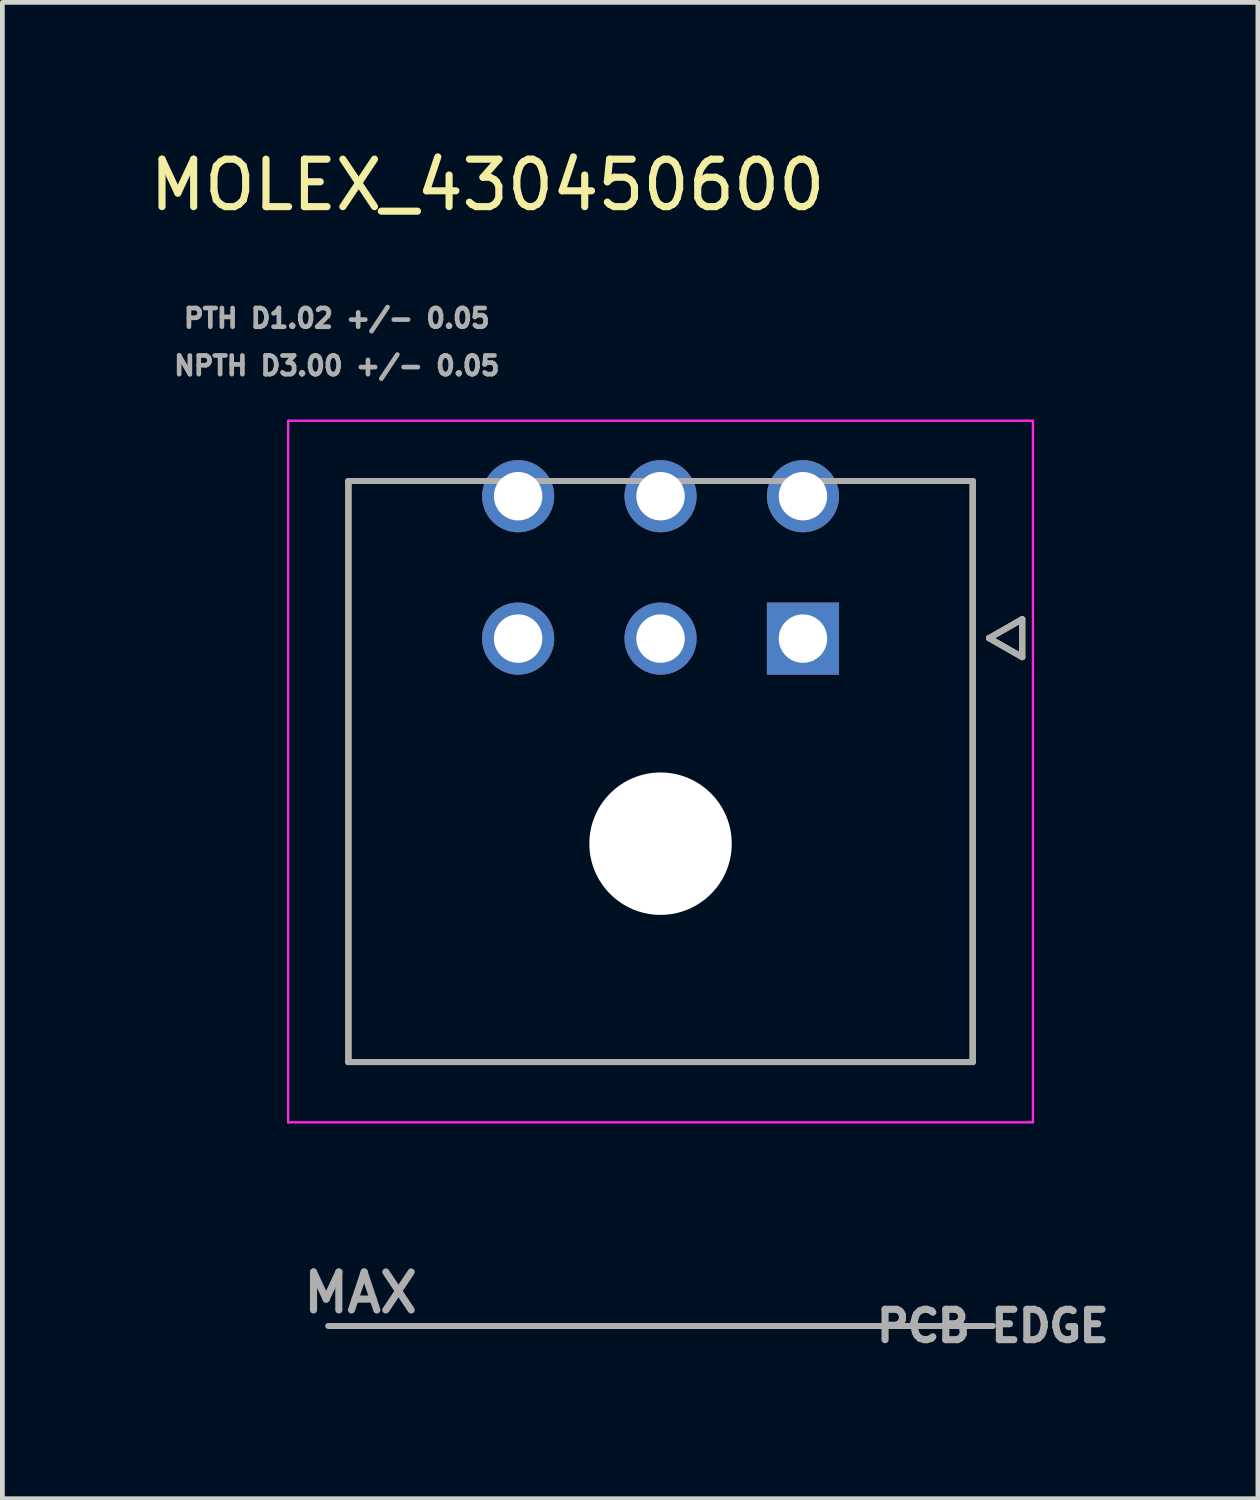
<source format=kicad_pcb>
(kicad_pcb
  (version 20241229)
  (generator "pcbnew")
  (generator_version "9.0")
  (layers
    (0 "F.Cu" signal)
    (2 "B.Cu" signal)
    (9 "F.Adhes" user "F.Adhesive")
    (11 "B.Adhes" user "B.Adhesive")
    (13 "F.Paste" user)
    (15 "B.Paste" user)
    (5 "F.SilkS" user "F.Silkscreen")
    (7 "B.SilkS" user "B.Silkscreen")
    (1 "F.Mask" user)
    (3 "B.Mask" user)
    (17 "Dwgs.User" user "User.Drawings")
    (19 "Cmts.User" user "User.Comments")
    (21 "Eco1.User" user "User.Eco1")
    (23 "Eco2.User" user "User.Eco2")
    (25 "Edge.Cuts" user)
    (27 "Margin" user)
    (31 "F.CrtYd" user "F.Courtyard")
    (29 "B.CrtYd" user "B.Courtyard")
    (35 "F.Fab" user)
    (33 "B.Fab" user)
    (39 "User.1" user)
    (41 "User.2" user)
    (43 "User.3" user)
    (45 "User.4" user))
  (footprint "MOLEX_430450600"
    (layer "F.Cu")
    (at 13.865 10.403)
    (property "Reference" "MOLEX_430450600" (at -6.645 -9.555 0) (layer "F.SilkS") (effects (font (size 1 1) (thickness 0.15))))
    (attr through_hole)
    (fp_circle (center -6 -3) (end -5.582 -3) (stroke (width 0.836) (type solid)) (fill no) (layer "F.Mask"))
    (fp_circle (center -6 0) (end -5.582 0) (stroke (width 0.836) (type solid)) (fill no) (layer "F.Mask"))
    (fp_circle (center -3 -3) (end -2.582 -3) (stroke (width 0.836) (type solid)) (fill no) (layer "F.Mask"))
    (fp_circle (center -3 0) (end -2.582 0) (stroke (width 0.836) (type solid)) (fill no) (layer "F.Mask"))
    (fp_circle (center -3 4.32) (end -2.212 4.32) (stroke (width 1.576) (type solid)) (fill no) (layer "F.Mask"))
    (fp_circle (center 0 -3) (end 0.418 -3) (stroke (width 0.836) (type solid)) (fill no) (layer "F.Mask"))
    (fp_poly (pts (xy -0.836 -0.836) (xy 0.836 -0.836) (xy 0.836 0.836) (xy -0.836 0.836)) (stroke (width 0.01) (type solid)) (fill yes) (layer "F.Mask"))
    (fp_circle (center -6 -3) (end -5.582 -3) (stroke (width 0.836) (type solid)) (fill no) (layer "B.Mask"))
    (fp_circle (center -6 0) (end -5.582 0) (stroke (width 0.836) (type solid)) (fill no) (layer "B.Mask"))
    (fp_circle (center -3 -3) (end -2.582 -3) (stroke (width 0.836) (type solid)) (fill no) (layer "B.Mask"))
    (fp_circle (center -3 0) (end -2.582 0) (stroke (width 0.836) (type solid)) (fill no) (layer "B.Mask"))
    (fp_circle (center -3 4.32) (end -2.212 4.32) (stroke (width 1.576) (type solid)) (fill no) (layer "B.Mask"))
    (fp_circle (center 0 -3) (end 0.418 -3) (stroke (width 0.836) (type solid)) (fill no) (layer "B.Mask"))
    (fp_poly (pts (xy -0.836 -0.836) (xy 0.836 -0.836) (xy 0.836 0.836) (xy -0.836 0.836)) (stroke (width 0.01) (type solid)) (fill yes) (layer "B.Mask"))
    (fp_line (start -9.575 -3.32) (end -9.575 8.92) (stroke (width 0.127) (type solid)) (layer "F.SilkS"))
    (fp_line (start -9.575 8.92) (end 3.575 8.92) (stroke (width 0.127) (type solid)) (layer "F.SilkS"))
    (fp_line (start -7.5 -3.32) (end -9.575 -3.32) (stroke (width 0.127) (type solid)) (layer "F.SilkS"))
    (fp_line (start 3.575 -3.32) (end 1.5 -3.32) (stroke (width 0.127) (type solid)) (layer "F.SilkS"))
    (fp_line (start 3.575 8.92) (end 3.575 -3.32) (stroke (width 0.127) (type solid)) (layer "F.SilkS"))
    (fp_line (start 3.92 -0.01) (end 4.62 0.39) (stroke (width 0.127) (type solid)) (layer "F.SilkS"))
    (fp_line (start 4.62 -0.41) (end 3.92 -0.01) (stroke (width 0.127) (type solid)) (layer "F.SilkS"))
    (fp_line (start 4.62 0.39) (end 4.62 -0.41) (stroke (width 0.127) (type solid)) (layer "F.SilkS"))
    (fp_line (start -10.845 -4.59) (end 4.845 -4.59) (stroke (width 0.05) (type solid)) (layer "F.CrtYd"))
    (fp_line (start -10.845 10.19) (end -10.845 -4.59) (stroke (width 0.05) (type solid)) (layer "F.CrtYd"))
    (fp_line (start 4.845 -4.59) (end 4.845 10.19) (stroke (width 0.05) (type solid)) (layer "F.CrtYd"))
    (fp_line (start 4.845 10.19) (end -10.845 10.19) (stroke (width 0.05) (type solid)) (layer "F.CrtYd"))
    (fp_line (start -10 14.48) (end 4 14.48) (stroke (width 0.127) (type solid)) (layer "F.Fab"))
    (fp_line (start -9.575 -3.32) (end -9.575 8.92) (stroke (width 0.127) (type solid)) (layer "F.Fab"))
    (fp_line (start -9.575 8.92) (end 3.575 8.92) (stroke (width 0.127) (type solid)) (layer "F.Fab"))
    (fp_line (start 3.575 -3.32) (end -9.575 -3.32) (stroke (width 0.127) (type solid)) (layer "F.Fab"))
    (fp_line (start 3.575 8.92) (end 3.575 -3.32) (stroke (width 0.127) (type solid)) (layer "F.Fab"))
    (fp_line (start 3.92 -0.01) (end 4.62 0.39) (stroke (width 0.127) (type solid)) (layer "F.Fab"))
    (fp_line (start 4.62 -0.41) (end 3.92 -0.01) (stroke (width 0.127) (type solid)) (layer "F.Fab"))
    (fp_line (start 4.62 0.39) (end 4.62 -0.41) (stroke (width 0.127) (type solid)) (layer "F.Fab"))
    (fp_text user "NPTH D3.00 +/- 0.05" (at -9.82 -5.748 0) (layer "F.Fab") (effects (font (size 0.394 0.394) (thickness 0.15))))
    (fp_text user "PCB EDGE" (at 4 14.48 0) (layer "F.Fab") (effects (font (size 0.64 0.64) (thickness 0.15))))
    (fp_text user "MAX" (at -9.32 13.78 0) (layer "F.Fab") (effects (font (size 0.8 0.8) (thickness 0.15))))
    (fp_text user "PTH D1.02 +/- 0.05" (at -9.82 -6.748 0) (layer "F.Fab") (effects (font (size 0.394 0.394) (thickness 0.15))))
    (pad "" np_thru_hole circle (at -3 4.32) (size 3 3) (drill 3) (layers "*.Cu" "*.Mask"))
    (pad "1" thru_hole rect (at 0 0) (size 1.52 1.52) (drill 1.02) (layers "*.Cu"))
    (pad "2" thru_hole circle (at -3 0) (size 1.52 1.52) (drill 1.02) (layers "*.Cu"))
    (pad "3" thru_hole circle (at -6 0) (size 1.52 1.52) (drill 1.02) (layers "*.Cu"))
    (pad "4" thru_hole circle (at 0 -3) (size 1.52 1.52) (drill 1.02) (layers "*.Cu"))
    (pad "5" thru_hole circle (at -3 -3) (size 1.52 1.52) (drill 1.02) (layers "*.Cu"))
    (pad "6" thru_hole circle (at -6 -3) (size 1.52 1.52) (drill 1.02) (layers "*.Cu")))
  (gr_rect
    (start -3 -3)
    (end 23.449 28.521)
    (stroke (width 0.1) (type default))
    (fill no)
    (layer "Edge.Cuts")))
</source>
